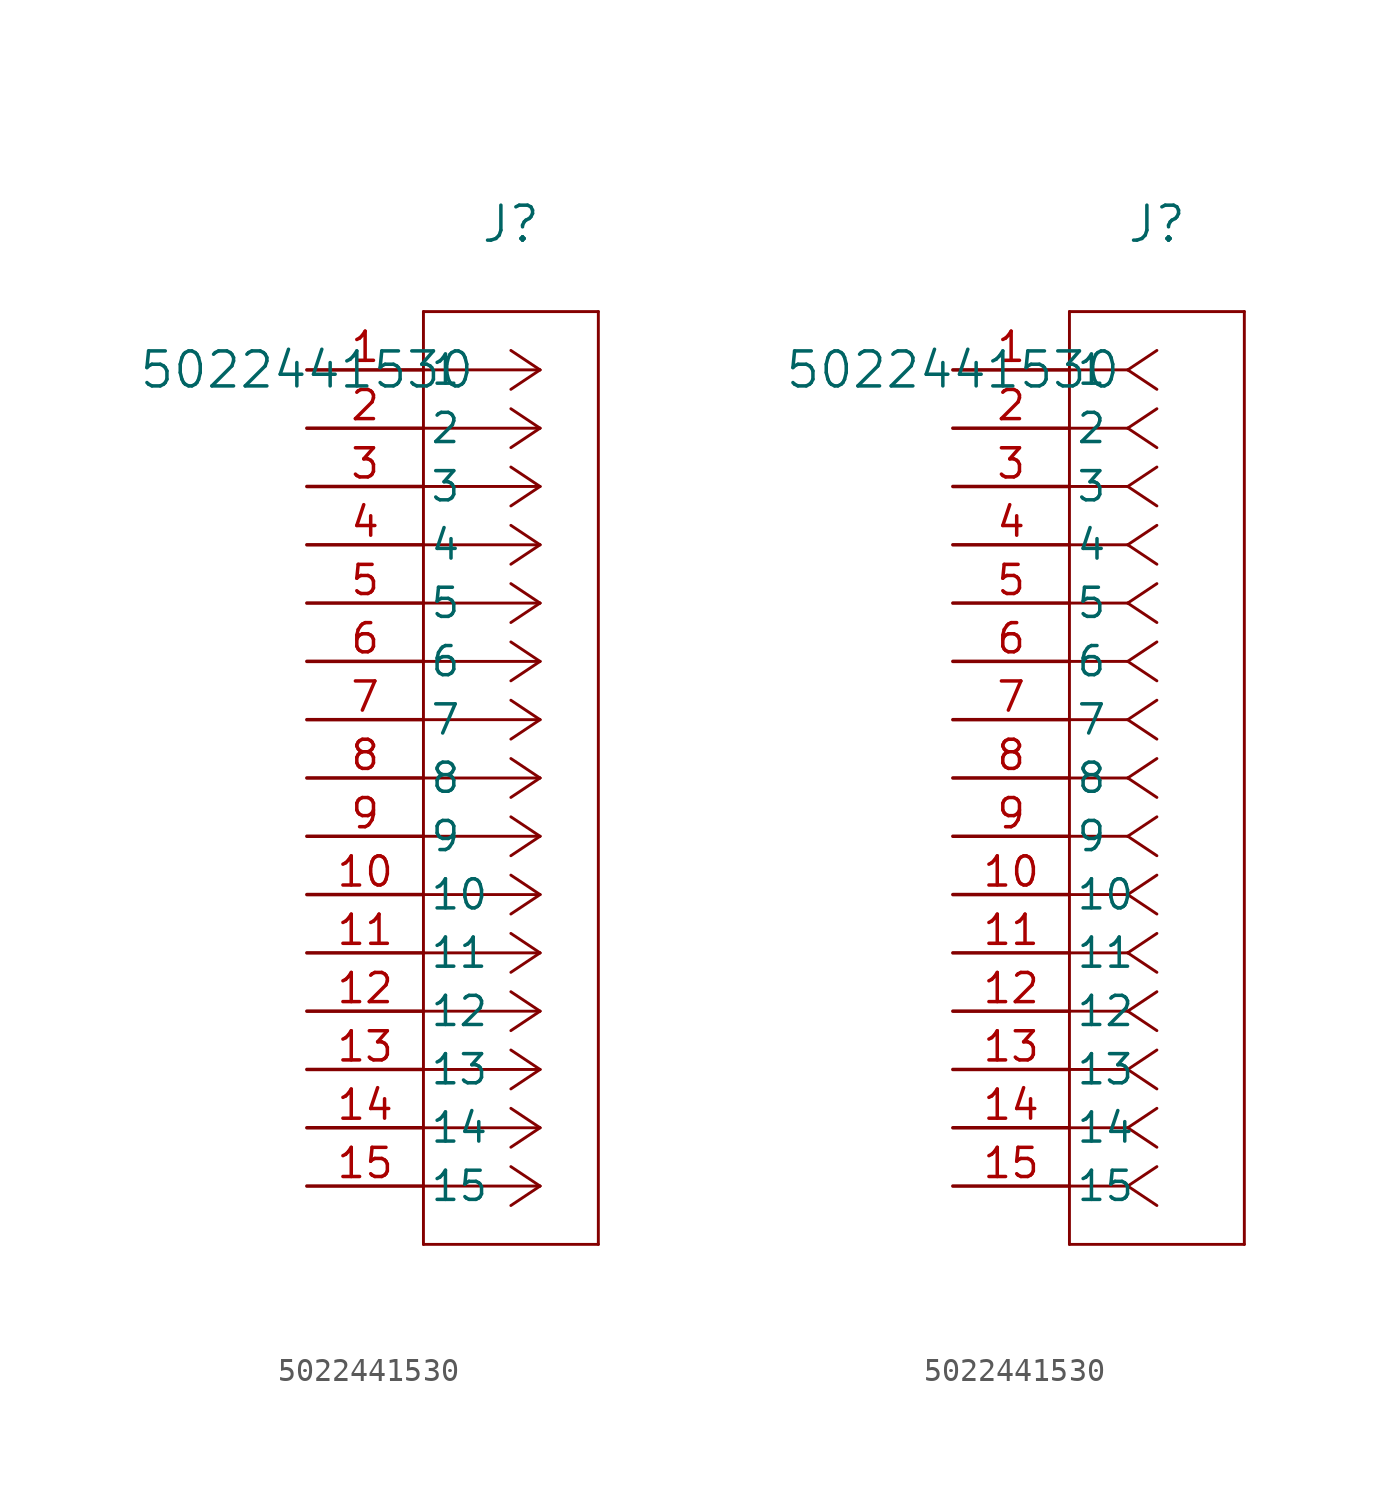
<source format=kicad_sym>
(kicad_symbol_lib
  (version 20211014)
  (generator kicad_symbol_editor)
  (symbol "5022441530"
    (pin_names
      (offset 0.254))
    (property "Reference" "J"
      (at 8.89 6.35 0)
      (effects (font (size 1.524 1.524))))
    (property "Value" "5022441530"
      (at 0 0 0)
      (effects (font (size 1.524 1.524))))
    (symbol "5022441530_1_1"
      (polyline (pts (xy 10.16 0) (xy 5.08 0)) (stroke (width 0.127) (type default) (color 0 0 0 0)) (fill (type none)))
      (polyline (pts (xy 10.16 -2.54) (xy 5.08 -2.54)) (stroke (width 0.127) (type default) (color 0 0 0 0)) (fill (type none)))
      (polyline (pts (xy 10.16 -5.08) (xy 5.08 -5.08)) (stroke (width 0.127) (type default) (color 0 0 0 0)) (fill (type none)))
      (polyline (pts (xy 10.16 -7.62) (xy 5.08 -7.62)) (stroke (width 0.127) (type default) (color 0 0 0 0)) (fill (type none)))
      (polyline (pts (xy 10.16 -10.16) (xy 5.08 -10.16)) (stroke (width 0.127) (type default) (color 0 0 0 0)) (fill (type none)))
      (polyline (pts (xy 10.16 -12.7) (xy 5.08 -12.7)) (stroke (width 0.127) (type default) (color 0 0 0 0)) (fill (type none)))
      (polyline (pts (xy 10.16 -15.24) (xy 5.08 -15.24)) (stroke (width 0.127) (type default) (color 0 0 0 0)) (fill (type none)))
      (polyline (pts (xy 10.16 -17.78) (xy 5.08 -17.78)) (stroke (width 0.127) (type default) (color 0 0 0 0)) (fill (type none)))
      (polyline (pts (xy 10.16 -20.32) (xy 5.08 -20.32)) (stroke (width 0.127) (type default) (color 0 0 0 0)) (fill (type none)))
      (polyline (pts (xy 10.16 -22.86) (xy 5.08 -22.86)) (stroke (width 0.127) (type default) (color 0 0 0 0)) (fill (type none)))
      (polyline (pts (xy 10.16 -25.4) (xy 5.08 -25.4)) (stroke (width 0.127) (type default) (color 0 0 0 0)) (fill (type none)))
      (polyline (pts (xy 10.16 -27.94) (xy 5.08 -27.94)) (stroke (width 0.127) (type default) (color 0 0 0 0)) (fill (type none)))
      (polyline (pts (xy 10.16 -30.48) (xy 5.08 -30.48)) (stroke (width 0.127) (type default) (color 0 0 0 0)) (fill (type none)))
      (polyline (pts (xy 10.16 -33.02) (xy 5.08 -33.02)) (stroke (width 0.127) (type default) (color 0 0 0 0)) (fill (type none)))
      (polyline (pts (xy 10.16 -35.56) (xy 5.08 -35.56)) (stroke (width 0.127) (type default) (color 0 0 0 0)) (fill (type none)))
      (polyline (pts (xy 10.16 0) (xy 8.89 0.847)) (stroke (width 0.127) (type default) (color 0 0 0 0)) (fill (type none)))
      (polyline (pts (xy 10.16 -2.54) (xy 8.89 -1.693)) (stroke (width 0.127) (type default) (color 0 0 0 0)) (fill (type none)))
      (polyline (pts (xy 10.16 -5.08) (xy 8.89 -4.233)) (stroke (width 0.127) (type default) (color 0 0 0 0)) (fill (type none)))
      (polyline (pts (xy 10.16 -7.62) (xy 8.89 -6.773)) (stroke (width 0.127) (type default) (color 0 0 0 0)) (fill (type none)))
      (polyline (pts (xy 10.16 -10.16) (xy 8.89 -9.313)) (stroke (width 0.127) (type default) (color 0 0 0 0)) (fill (type none)))
      (polyline (pts (xy 10.16 -12.7) (xy 8.89 -11.853)) (stroke (width 0.127) (type default) (color 0 0 0 0)) (fill (type none)))
      (polyline (pts (xy 10.16 -15.24) (xy 8.89 -14.393)) (stroke (width 0.127) (type default) (color 0 0 0 0)) (fill (type none)))
      (polyline (pts (xy 10.16 -17.78) (xy 8.89 -16.933)) (stroke (width 0.127) (type default) (color 0 0 0 0)) (fill (type none)))
      (polyline (pts (xy 10.16 -20.32) (xy 8.89 -19.473)) (stroke (width 0.127) (type default) (color 0 0 0 0)) (fill (type none)))
      (polyline (pts (xy 10.16 -22.86) (xy 8.89 -22.013)) (stroke (width 0.127) (type default) (color 0 0 0 0)) (fill (type none)))
      (polyline (pts (xy 10.16 -25.4) (xy 8.89 -24.553)) (stroke (width 0.127) (type default) (color 0 0 0 0)) (fill (type none)))
      (polyline (pts (xy 10.16 -27.94) (xy 8.89 -27.093)) (stroke (width 0.127) (type default) (color 0 0 0 0)) (fill (type none)))
      (polyline (pts (xy 10.16 -30.48) (xy 8.89 -29.633)) (stroke (width 0.127) (type default) (color 0 0 0 0)) (fill (type none)))
      (polyline (pts (xy 10.16 -33.02) (xy 8.89 -32.173)) (stroke (width 0.127) (type default) (color 0 0 0 0)) (fill (type none)))
      (polyline (pts (xy 10.16 -35.56) (xy 8.89 -34.713)) (stroke (width 0.127) (type default) (color 0 0 0 0)) (fill (type none)))
      (polyline (pts (xy 10.16 0) (xy 8.89 -0.847)) (stroke (width 0.127) (type default) (color 0 0 0 0)) (fill (type none)))
      (polyline (pts (xy 10.16 -2.54) (xy 8.89 -3.387)) (stroke (width 0.127) (type default) (color 0 0 0 0)) (fill (type none)))
      (polyline (pts (xy 10.16 -5.08) (xy 8.89 -5.927)) (stroke (width 0.127) (type default) (color 0 0 0 0)) (fill (type none)))
      (polyline (pts (xy 10.16 -7.62) (xy 8.89 -8.467)) (stroke (width 0.127) (type default) (color 0 0 0 0)) (fill (type none)))
      (polyline (pts (xy 10.16 -10.16) (xy 8.89 -11.007)) (stroke (width 0.127) (type default) (color 0 0 0 0)) (fill (type none)))
      (polyline (pts (xy 10.16 -12.7) (xy 8.89 -13.547)) (stroke (width 0.127) (type default) (color 0 0 0 0)) (fill (type none)))
      (polyline (pts (xy 10.16 -15.24) (xy 8.89 -16.087)) (stroke (width 0.127) (type default) (color 0 0 0 0)) (fill (type none)))
      (polyline (pts (xy 10.16 -17.78) (xy 8.89 -18.627)) (stroke (width 0.127) (type default) (color 0 0 0 0)) (fill (type none)))
      (polyline (pts (xy 10.16 -20.32) (xy 8.89 -21.167)) (stroke (width 0.127) (type default) (color 0 0 0 0)) (fill (type none)))
      (polyline (pts (xy 10.16 -22.86) (xy 8.89 -23.707)) (stroke (width 0.127) (type default) (color 0 0 0 0)) (fill (type none)))
      (polyline (pts (xy 10.16 -25.4) (xy 8.89 -26.247)) (stroke (width 0.127) (type default) (color 0 0 0 0)) (fill (type none)))
      (polyline (pts (xy 10.16 -27.94) (xy 8.89 -28.787)) (stroke (width 0.127) (type default) (color 0 0 0 0)) (fill (type none)))
      (polyline (pts (xy 10.16 -30.48) (xy 8.89 -31.327)) (stroke (width 0.127) (type default) (color 0 0 0 0)) (fill (type none)))
      (polyline (pts (xy 10.16 -33.02) (xy 8.89 -33.867)) (stroke (width 0.127) (type default) (color 0 0 0 0)) (fill (type none)))
      (polyline (pts (xy 10.16 -35.56) (xy 8.89 -36.407)) (stroke (width 0.127) (type default) (color 0 0 0 0)) (fill (type none)))
      (polyline (pts (xy 5.08 2.54) (xy 5.08 -38.1)) (stroke (width 0.127) (type default) (color 0 0 0 0)) (fill (type none)))
      (polyline (pts (xy 5.08 -38.1) (xy 12.7 -38.1)) (stroke (width 0.127) (type default) (color 0 0 0 0)) (fill (type none)))
      (polyline (pts (xy 12.7 -38.1) (xy 12.7 2.54)) (stroke (width 0.127) (type default) (color 0 0 0 0)) (fill (type none)))
      (polyline (pts (xy 12.7 2.54) (xy 5.08 2.54)) (stroke (width 0.127) (type default) (color 0 0 0 0)) (fill (type none)))
      (pin unspecified line (at 0 0 0) (length 5.08) (name "1" (effects (font (size 1.27 1.27)))) (number "1" (effects (font (size 1.27 1.27)))))
      (pin unspecified line (at 0 -2.54 0) (length 5.08) (name "2" (effects (font (size 1.27 1.27)))) (number "2" (effects (font (size 1.27 1.27)))))
      (pin unspecified line (at 0 -5.08 0) (length 5.08) (name "3" (effects (font (size 1.27 1.27)))) (number "3" (effects (font (size 1.27 1.27)))))
      (pin unspecified line (at 0 -7.62 0) (length 5.08) (name "4" (effects (font (size 1.27 1.27)))) (number "4" (effects (font (size 1.27 1.27)))))
      (pin unspecified line (at 0 -10.16 0) (length 5.08) (name "5" (effects (font (size 1.27 1.27)))) (number "5" (effects (font (size 1.27 1.27)))))
      (pin unspecified line (at 0 -12.7 0) (length 5.08) (name "6" (effects (font (size 1.27 1.27)))) (number "6" (effects (font (size 1.27 1.27)))))
      (pin unspecified line (at 0 -15.24 0) (length 5.08) (name "7" (effects (font (size 1.27 1.27)))) (number "7" (effects (font (size 1.27 1.27)))))
      (pin unspecified line (at 0 -17.78 0) (length 5.08) (name "8" (effects (font (size 1.27 1.27)))) (number "8" (effects (font (size 1.27 1.27)))))
      (pin unspecified line (at 0 -20.32 0) (length 5.08) (name "9" (effects (font (size 1.27 1.27)))) (number "9" (effects (font (size 1.27 1.27)))))
      (pin unspecified line (at 0 -22.86 0) (length 5.08) (name "10" (effects (font (size 1.27 1.27)))) (number "10" (effects (font (size 1.27 1.27)))))
      (pin unspecified line (at 0 -25.4 0) (length 5.08) (name "11" (effects (font (size 1.27 1.27)))) (number "11" (effects (font (size 1.27 1.27)))))
      (pin unspecified line (at 0 -27.94 0) (length 5.08) (name "12" (effects (font (size 1.27 1.27)))) (number "12" (effects (font (size 1.27 1.27)))))
      (pin unspecified line (at 0 -30.48 0) (length 5.08) (name "13" (effects (font (size 1.27 1.27)))) (number "13" (effects (font (size 1.27 1.27)))))
      (pin unspecified line (at 0 -33.02 0) (length 5.08) (name "14" (effects (font (size 1.27 1.27)))) (number "14" (effects (font (size 1.27 1.27)))))
      (pin unspecified line (at 0 -35.56 0) (length 5.08) (name "15" (effects (font (size 1.27 1.27)))) (number "15" (effects (font (size 1.27 1.27))))))
    (symbol "5022441530_1_2"
      (polyline (pts (xy 7.62 0) (xy 5.08 0)) (stroke (width 0.127) (type default) (color 0 0 0 0)) (fill (type none)))
      (polyline (pts (xy 7.62 -2.54) (xy 5.08 -2.54)) (stroke (width 0.127) (type default) (color 0 0 0 0)) (fill (type none)))
      (polyline (pts (xy 7.62 -5.08) (xy 5.08 -5.08)) (stroke (width 0.127) (type default) (color 0 0 0 0)) (fill (type none)))
      (polyline (pts (xy 7.62 -7.62) (xy 5.08 -7.62)) (stroke (width 0.127) (type default) (color 0 0 0 0)) (fill (type none)))
      (polyline (pts (xy 7.62 -10.16) (xy 5.08 -10.16)) (stroke (width 0.127) (type default) (color 0 0 0 0)) (fill (type none)))
      (polyline (pts (xy 7.62 -12.7) (xy 5.08 -12.7)) (stroke (width 0.127) (type default) (color 0 0 0 0)) (fill (type none)))
      (polyline (pts (xy 7.62 -15.24) (xy 5.08 -15.24)) (stroke (width 0.127) (type default) (color 0 0 0 0)) (fill (type none)))
      (polyline (pts (xy 7.62 -17.78) (xy 5.08 -17.78)) (stroke (width 0.127) (type default) (color 0 0 0 0)) (fill (type none)))
      (polyline (pts (xy 7.62 -20.32) (xy 5.08 -20.32)) (stroke (width 0.127) (type default) (color 0 0 0 0)) (fill (type none)))
      (polyline (pts (xy 7.62 -22.86) (xy 5.08 -22.86)) (stroke (width 0.127) (type default) (color 0 0 0 0)) (fill (type none)))
      (polyline (pts (xy 7.62 -25.4) (xy 5.08 -25.4)) (stroke (width 0.127) (type default) (color 0 0 0 0)) (fill (type none)))
      (polyline (pts (xy 7.62 -27.94) (xy 5.08 -27.94)) (stroke (width 0.127) (type default) (color 0 0 0 0)) (fill (type none)))
      (polyline (pts (xy 7.62 -30.48) (xy 5.08 -30.48)) (stroke (width 0.127) (type default) (color 0 0 0 0)) (fill (type none)))
      (polyline (pts (xy 7.62 -33.02) (xy 5.08 -33.02)) (stroke (width 0.127) (type default) (color 0 0 0 0)) (fill (type none)))
      (polyline (pts (xy 7.62 -35.56) (xy 5.08 -35.56)) (stroke (width 0.127) (type default) (color 0 0 0 0)) (fill (type none)))
      (polyline (pts (xy 7.62 0) (xy 8.89 0.847)) (stroke (width 0.127) (type default) (color 0 0 0 0)) (fill (type none)))
      (polyline (pts (xy 7.62 -2.54) (xy 8.89 -1.693)) (stroke (width 0.127) (type default) (color 0 0 0 0)) (fill (type none)))
      (polyline (pts (xy 7.62 -5.08) (xy 8.89 -4.233)) (stroke (width 0.127) (type default) (color 0 0 0 0)) (fill (type none)))
      (polyline (pts (xy 7.62 -7.62) (xy 8.89 -6.773)) (stroke (width 0.127) (type default) (color 0 0 0 0)) (fill (type none)))
      (polyline (pts (xy 7.62 -10.16) (xy 8.89 -9.313)) (stroke (width 0.127) (type default) (color 0 0 0 0)) (fill (type none)))
      (polyline (pts (xy 7.62 -12.7) (xy 8.89 -11.853)) (stroke (width 0.127) (type default) (color 0 0 0 0)) (fill (type none)))
      (polyline (pts (xy 7.62 -15.24) (xy 8.89 -14.393)) (stroke (width 0.127) (type default) (color 0 0 0 0)) (fill (type none)))
      (polyline (pts (xy 7.62 -17.78) (xy 8.89 -16.933)) (stroke (width 0.127) (type default) (color 0 0 0 0)) (fill (type none)))
      (polyline (pts (xy 7.62 -20.32) (xy 8.89 -19.473)) (stroke (width 0.127) (type default) (color 0 0 0 0)) (fill (type none)))
      (polyline (pts (xy 7.62 -22.86) (xy 8.89 -22.013)) (stroke (width 0.127) (type default) (color 0 0 0 0)) (fill (type none)))
      (polyline (pts (xy 7.62 -25.4) (xy 8.89 -24.553)) (stroke (width 0.127) (type default) (color 0 0 0 0)) (fill (type none)))
      (polyline (pts (xy 7.62 -27.94) (xy 8.89 -27.093)) (stroke (width 0.127) (type default) (color 0 0 0 0)) (fill (type none)))
      (polyline (pts (xy 7.62 -30.48) (xy 8.89 -29.633)) (stroke (width 0.127) (type default) (color 0 0 0 0)) (fill (type none)))
      (polyline (pts (xy 7.62 -33.02) (xy 8.89 -32.173)) (stroke (width 0.127) (type default) (color 0 0 0 0)) (fill (type none)))
      (polyline (pts (xy 7.62 -35.56) (xy 8.89 -34.713)) (stroke (width 0.127) (type default) (color 0 0 0 0)) (fill (type none)))
      (polyline (pts (xy 7.62 0) (xy 8.89 -0.847)) (stroke (width 0.127) (type default) (color 0 0 0 0)) (fill (type none)))
      (polyline (pts (xy 7.62 -2.54) (xy 8.89 -3.387)) (stroke (width 0.127) (type default) (color 0 0 0 0)) (fill (type none)))
      (polyline (pts (xy 7.62 -5.08) (xy 8.89 -5.927)) (stroke (width 0.127) (type default) (color 0 0 0 0)) (fill (type none)))
      (polyline (pts (xy 7.62 -7.62) (xy 8.89 -8.467)) (stroke (width 0.127) (type default) (color 0 0 0 0)) (fill (type none)))
      (polyline (pts (xy 7.62 -10.16) (xy 8.89 -11.007)) (stroke (width 0.127) (type default) (color 0 0 0 0)) (fill (type none)))
      (polyline (pts (xy 7.62 -12.7) (xy 8.89 -13.547)) (stroke (width 0.127) (type default) (color 0 0 0 0)) (fill (type none)))
      (polyline (pts (xy 7.62 -15.24) (xy 8.89 -16.087)) (stroke (width 0.127) (type default) (color 0 0 0 0)) (fill (type none)))
      (polyline (pts (xy 7.62 -17.78) (xy 8.89 -18.627)) (stroke (width 0.127) (type default) (color 0 0 0 0)) (fill (type none)))
      (polyline (pts (xy 7.62 -20.32) (xy 8.89 -21.167)) (stroke (width 0.127) (type default) (color 0 0 0 0)) (fill (type none)))
      (polyline (pts (xy 7.62 -22.86) (xy 8.89 -23.707)) (stroke (width 0.127) (type default) (color 0 0 0 0)) (fill (type none)))
      (polyline (pts (xy 7.62 -25.4) (xy 8.89 -26.247)) (stroke (width 0.127) (type default) (color 0 0 0 0)) (fill (type none)))
      (polyline (pts (xy 7.62 -27.94) (xy 8.89 -28.787)) (stroke (width 0.127) (type default) (color 0 0 0 0)) (fill (type none)))
      (polyline (pts (xy 7.62 -30.48) (xy 8.89 -31.327)) (stroke (width 0.127) (type default) (color 0 0 0 0)) (fill (type none)))
      (polyline (pts (xy 7.62 -33.02) (xy 8.89 -33.867)) (stroke (width 0.127) (type default) (color 0 0 0 0)) (fill (type none)))
      (polyline (pts (xy 7.62 -35.56) (xy 8.89 -36.407)) (stroke (width 0.127) (type default) (color 0 0 0 0)) (fill (type none)))
      (polyline (pts (xy 5.08 2.54) (xy 5.08 -38.1)) (stroke (width 0.127) (type default) (color 0 0 0 0)) (fill (type none)))
      (polyline (pts (xy 5.08 -38.1) (xy 12.7 -38.1)) (stroke (width 0.127) (type default) (color 0 0 0 0)) (fill (type none)))
      (polyline (pts (xy 12.7 -38.1) (xy 12.7 2.54)) (stroke (width 0.127) (type default) (color 0 0 0 0)) (fill (type none)))
      (polyline (pts (xy 12.7 2.54) (xy 5.08 2.54)) (stroke (width 0.127) (type default) (color 0 0 0 0)) (fill (type none)))
      (pin unspecified line (at 0 0 0) (length 5.08) (name "1" (effects (font (size 1.27 1.27)))) (number "1" (effects (font (size 1.27 1.27)))))
      (pin unspecified line (at 0 -2.54 0) (length 5.08) (name "2" (effects (font (size 1.27 1.27)))) (number "2" (effects (font (size 1.27 1.27)))))
      (pin unspecified line (at 0 -5.08 0) (length 5.08) (name "3" (effects (font (size 1.27 1.27)))) (number "3" (effects (font (size 1.27 1.27)))))
      (pin unspecified line (at 0 -7.62 0) (length 5.08) (name "4" (effects (font (size 1.27 1.27)))) (number "4" (effects (font (size 1.27 1.27)))))
      (pin unspecified line (at 0 -10.16 0) (length 5.08) (name "5" (effects (font (size 1.27 1.27)))) (number "5" (effects (font (size 1.27 1.27)))))
      (pin unspecified line (at 0 -12.7 0) (length 5.08) (name "6" (effects (font (size 1.27 1.27)))) (number "6" (effects (font (size 1.27 1.27)))))
      (pin unspecified line (at 0 -15.24 0) (length 5.08) (name "7" (effects (font (size 1.27 1.27)))) (number "7" (effects (font (size 1.27 1.27)))))
      (pin unspecified line (at 0 -17.78 0) (length 5.08) (name "8" (effects (font (size 1.27 1.27)))) (number "8" (effects (font (size 1.27 1.27)))))
      (pin unspecified line (at 0 -20.32 0) (length 5.08) (name "9" (effects (font (size 1.27 1.27)))) (number "9" (effects (font (size 1.27 1.27)))))
      (pin unspecified line (at 0 -22.86 0) (length 5.08) (name "10" (effects (font (size 1.27 1.27)))) (number "10" (effects (font (size 1.27 1.27)))))
      (pin unspecified line (at 0 -25.4 0) (length 5.08) (name "11" (effects (font (size 1.27 1.27)))) (number "11" (effects (font (size 1.27 1.27)))))
      (pin unspecified line (at 0 -27.94 0) (length 5.08) (name "12" (effects (font (size 1.27 1.27)))) (number "12" (effects (font (size 1.27 1.27)))))
      (pin unspecified line (at 0 -30.48 0) (length 5.08) (name "13" (effects (font (size 1.27 1.27)))) (number "13" (effects (font (size 1.27 1.27)))))
      (pin unspecified line (at 0 -33.02 0) (length 5.08) (name "14" (effects (font (size 1.27 1.27)))) (number "14" (effects (font (size 1.27 1.27)))))
      (pin unspecified line (at 0 -35.56 0) (length 5.08) (name "15" (effects (font (size 1.27 1.27)))) (number "15" (effects (font (size 1.27 1.27))))))))
</source>
